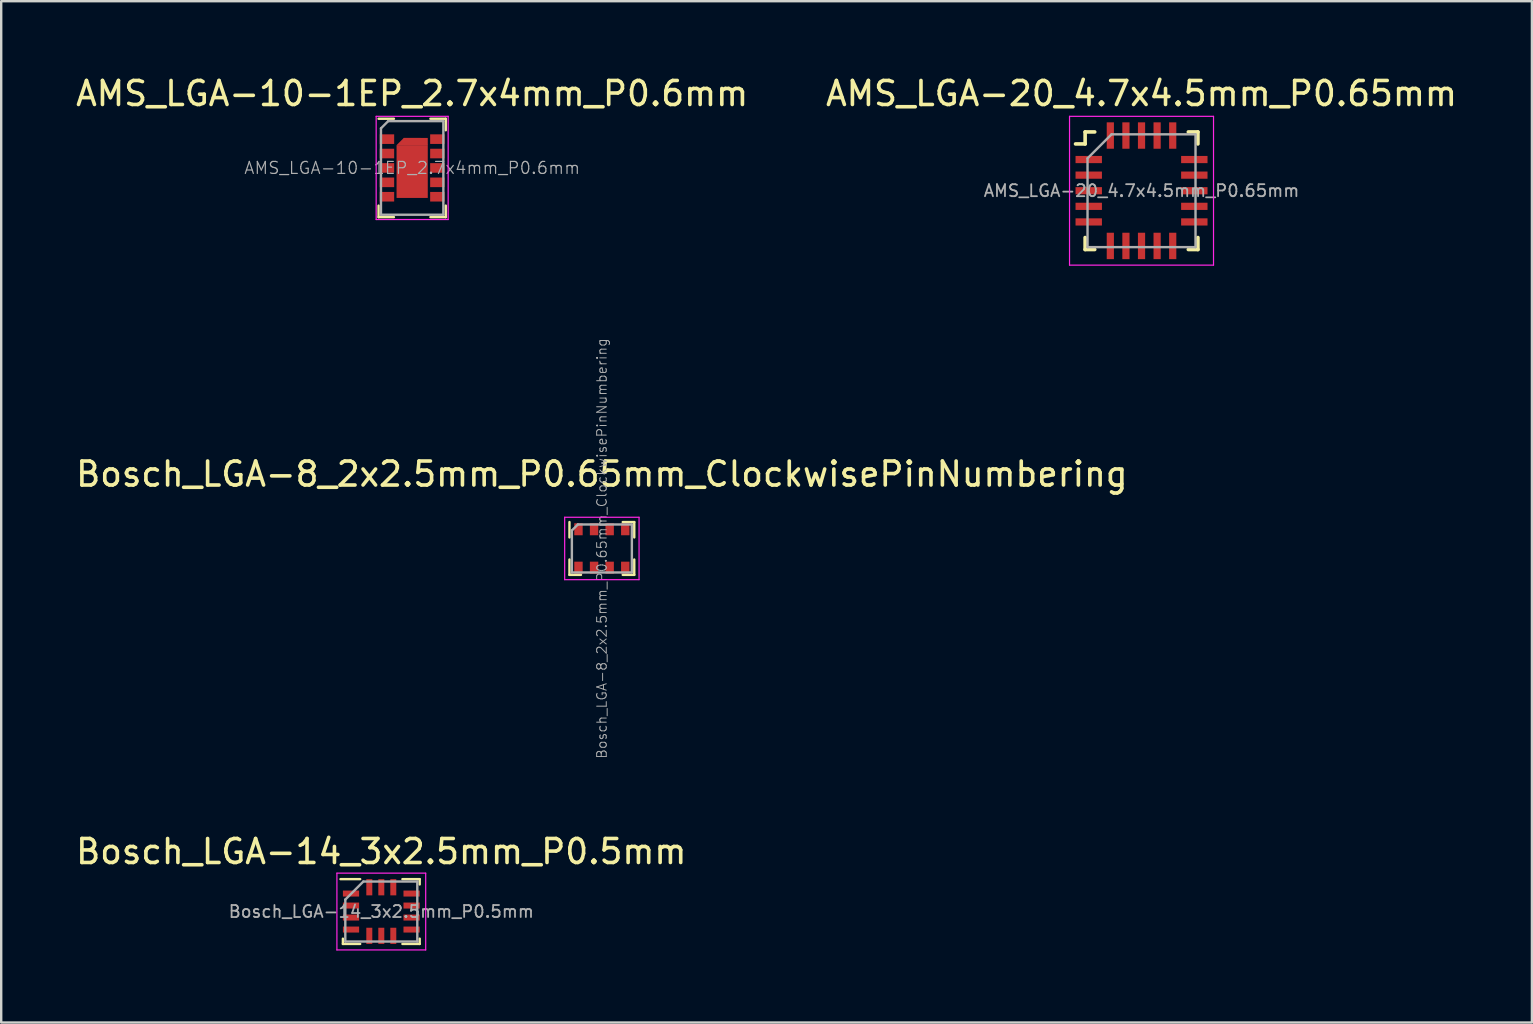
<source format=kicad_pcb>
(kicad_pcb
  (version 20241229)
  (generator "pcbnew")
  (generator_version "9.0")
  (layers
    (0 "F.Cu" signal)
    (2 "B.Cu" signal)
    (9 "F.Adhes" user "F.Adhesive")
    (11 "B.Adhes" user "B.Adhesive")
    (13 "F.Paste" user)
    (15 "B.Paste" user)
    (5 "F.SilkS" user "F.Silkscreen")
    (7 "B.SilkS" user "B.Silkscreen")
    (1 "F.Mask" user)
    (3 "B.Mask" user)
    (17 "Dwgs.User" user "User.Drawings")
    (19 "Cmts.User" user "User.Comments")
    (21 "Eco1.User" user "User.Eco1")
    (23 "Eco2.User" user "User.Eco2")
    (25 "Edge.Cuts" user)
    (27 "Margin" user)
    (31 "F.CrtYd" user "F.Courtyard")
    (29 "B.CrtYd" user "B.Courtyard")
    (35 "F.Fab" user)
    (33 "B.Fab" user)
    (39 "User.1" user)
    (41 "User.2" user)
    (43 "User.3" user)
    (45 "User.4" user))
  (footprint "AMS_LGA-20_4.7x4.5mm_P0.65mm"
    (layer "F.Cu")
    (at 44.518 4.898)
    (property "Reference" "AMS_LGA-20_4.7x4.5mm_P0.65mm" (at 0 -4.05 0) (layer "F.SilkS") (effects (font (size 1 1) (thickness 0.15))))
    (attr smd)
    (fp_line (start -2.75 -1.95) (end -2.35 -1.95) (stroke (width 0.15) (type solid)) (layer "F.SilkS"))
    (fp_line (start -2.35 -2.45) (end -1.95 -2.45) (stroke (width 0.15) (type solid)) (layer "F.SilkS"))
    (fp_line (start -2.35 -1.95) (end -2.35 -2.45) (stroke (width 0.15) (type solid)) (layer "F.SilkS"))
    (fp_line (start -2.35 2.45) (end -2.35 1.95) (stroke (width 0.15) (type solid)) (layer "F.SilkS"))
    (fp_line (start -1.95 2.45) (end -2.35 2.45) (stroke (width 0.15) (type solid)) (layer "F.SilkS"))
    (fp_line (start 1.95 -2.45) (end 2.35 -2.45) (stroke (width 0.15) (type solid)) (layer "F.SilkS"))
    (fp_line (start 1.95 2.45) (end 2.35 2.45) (stroke (width 0.15) (type solid)) (layer "F.SilkS"))
    (fp_line (start 2.35 -2.45) (end 2.35 -1.95) (stroke (width 0.15) (type solid)) (layer "F.SilkS"))
    (fp_line (start 2.35 2.45) (end 2.35 1.95) (stroke (width 0.15) (type solid)) (layer "F.SilkS"))
    (fp_line (start -3 -3.1) (end 3 -3.1) (stroke (width 0.05) (type solid)) (layer "F.CrtYd"))
    (fp_line (start -3 3.1) (end -3 -3.1) (stroke (width 0.05) (type solid)) (layer "F.CrtYd"))
    (fp_line (start 3 -3.1) (end 3 3.1) (stroke (width 0.05) (type solid)) (layer "F.CrtYd"))
    (fp_line (start 3 3.1) (end -3 3.1) (stroke (width 0.05) (type solid)) (layer "F.CrtYd"))
    (fp_line (start -2.25 -1.35) (end -1.25 -2.35) (stroke (width 0.1) (type solid)) (layer "F.Fab"))
    (fp_line (start -2.25 2.35) (end -2.25 -1.35) (stroke (width 0.1) (type solid)) (layer "F.Fab"))
    (fp_line (start -1.25 -2.35) (end 2.25 -2.35) (stroke (width 0.1) (type solid)) (layer "F.Fab"))
    (fp_line (start 2.25 -2.35) (end 2.25 2.35) (stroke (width 0.1) (type solid)) (layer "F.Fab"))
    (fp_line (start 2.25 2.35) (end -2.25 2.35) (stroke (width 0.1) (type solid)) (layer "F.Fab"))
    (fp_text user "${REFERENCE}" (at 0 0 0) (layer "F.Fab") (effects (font (size 0.5 0.5) (thickness 0.075))))
    (pad "1" smd rect (at -2.2 -1.3 90) (size 0.3 1.1) (layers "F.Cu" "F.Mask" "F.Paste"))
    (pad "2" smd rect (at -2.2 -0.65 90) (size 0.3 1.1) (layers "F.Cu" "F.Mask" "F.Paste"))
    (pad "3" smd rect (at -2.2 0 90) (size 0.3 1.1) (layers "F.Cu" "F.Mask" "F.Paste"))
    (pad "4" smd rect (at -2.2 0.65 90) (size 0.3 1.1) (layers "F.Cu" "F.Mask" "F.Paste"))
    (pad "5" smd rect (at -2.2 1.3 90) (size 0.3 1.1) (layers "F.Cu" "F.Mask" "F.Paste"))
    (pad "6" smd rect (at -1.3 2.3) (size 0.3 1.1) (layers "F.Cu" "F.Mask" "F.Paste"))
    (pad "7" smd rect (at -0.65 2.3) (size 0.3 1.1) (layers "F.Cu" "F.Mask" "F.Paste"))
    (pad "8" smd rect (at 0 2.3) (size 0.3 1.1) (layers "F.Cu" "F.Mask" "F.Paste"))
    (pad "9" smd rect (at 0.65 2.3) (size 0.3 1.1) (layers "F.Cu" "F.Mask" "F.Paste"))
    (pad "10" smd rect (at 1.3 2.3) (size 0.3 1.1) (layers "F.Cu" "F.Mask" "F.Paste"))
    (pad "11" smd rect (at 2.2 1.3 90) (size 0.3 1.1) (layers "F.Cu" "F.Mask" "F.Paste"))
    (pad "12" smd rect (at 2.2 0.65 90) (size 0.3 1.1) (layers "F.Cu" "F.Mask" "F.Paste"))
    (pad "13" smd rect (at 2.2 0 90) (size 0.3 1.1) (layers "F.Cu" "F.Mask" "F.Paste"))
    (pad "14" smd rect (at 2.2 -0.65 90) (size 0.3 1.1) (layers "F.Cu" "F.Mask" "F.Paste"))
    (pad "15" smd rect (at 2.2 -1.3 90) (size 0.3 1.1) (layers "F.Cu" "F.Mask" "F.Paste"))
    (pad "16" smd rect (at 1.3 -2.3) (size 0.3 1.1) (layers "F.Cu" "F.Mask" "F.Paste"))
    (pad "17" smd rect (at 0.65 -2.3) (size 0.3 1.1) (layers "F.Cu" "F.Mask" "F.Paste"))
    (pad "18" smd rect (at 0 -2.3) (size 0.3 1.1) (layers "F.Cu" "F.Mask" "F.Paste"))
    (pad "19" smd rect (at -0.65 -2.3) (size 0.3 1.1) (layers "F.Cu" "F.Mask" "F.Paste"))
    (pad "20" smd rect (at -1.3 -2.3) (size 0.3 1.1) (layers "F.Cu" "F.Mask" "F.Paste")))
  (footprint "Bosch_LGA-8_2x2.5mm_P0.65mm_ClockwisePinNumbering"
    (layer "F.Cu")
    (at 22.03 19.805)
    (property "Reference" "Bosch_LGA-8_2x2.5mm_P0.65mm_ClockwisePinNumbering" (at 0 -3.1 0) (layer "F.SilkS") (effects (font (size 1 1) (thickness 0.15))))
    (attr smd)
    (fp_line (start -1.35 -0.46) (end -1.35 -1.1) (stroke (width 0.1) (type solid)) (layer "F.SilkS"))
    (fp_line (start -1.35 1.1) (end -1.35 0.46) (stroke (width 0.1) (type solid)) (layer "F.SilkS"))
    (fp_line (start -1.35 1.1) (end -0.87 1.1) (stroke (width 0.1) (type solid)) (layer "F.SilkS"))
    (fp_line (start 0.87 -1.1) (end 1.35 -1.1) (stroke (width 0.1) (type solid)) (layer "F.SilkS"))
    (fp_line (start 0.87 1.1) (end 1.35 1.1) (stroke (width 0.1) (type solid)) (layer "F.SilkS"))
    (fp_line (start 1.35 -0.46) (end 1.35 -1.1) (stroke (width 0.1) (type solid)) (layer "F.SilkS"))
    (fp_line (start 1.35 1.1) (end 1.35 0.46) (stroke (width 0.1) (type solid)) (layer "F.SilkS"))
    (fp_line (start -1.55 -1.3) (end 1.55 -1.3) (stroke (width 0.05) (type solid)) (layer "F.CrtYd"))
    (fp_line (start -1.55 1.3) (end -1.55 -1.3) (stroke (width 0.05) (type solid)) (layer "F.CrtYd"))
    (fp_line (start 1.55 -1.3) (end 1.55 1.3) (stroke (width 0.05) (type solid)) (layer "F.CrtYd"))
    (fp_line (start 1.55 1.3) (end -1.55 1.3) (stroke (width 0.05) (type solid)) (layer "F.CrtYd"))
    (fp_line (start -1.25 1) (end -1.25 -0.75) (stroke (width 0.1) (type solid)) (layer "F.Fab"))
    (fp_line (start -1.25 1) (end 1.25 1) (stroke (width 0.1) (type solid)) (layer "F.Fab"))
    (fp_line (start -1 -1) (end -1.25 -0.75) (stroke (width 0.1) (type solid)) (layer "F.Fab"))
    (fp_line (start 1.25 -1) (end -1 -1) (stroke (width 0.1) (type solid)) (layer "F.Fab"))
    (fp_line (start 1.25 -1) (end 1.25 1) (stroke (width 0.1) (type solid)) (layer "F.Fab"))
    (fp_text user "${REFERENCE}" (at 0 0 90) (layer "F.Fab") (effects (font (size 0.4 0.4) (thickness 0.04))))
    (pad "1" smd rect (at -0.975 -0.8 90) (size 0.5 0.35) (layers "F.Cu" "F.Mask" "F.Paste"))
    (pad "2" smd rect (at -0.325 -0.8 90) (size 0.5 0.35) (layers "F.Cu" "F.Mask" "F.Paste"))
    (pad "3" smd rect (at 0.325 -0.8 90) (size 0.5 0.35) (layers "F.Cu" "F.Mask" "F.Paste"))
    (pad "4" smd rect (at 0.975 -0.8 90) (size 0.5 0.35) (layers "F.Cu" "F.Mask" "F.Paste"))
    (pad "5" smd rect (at 0.975 0.8 90) (size 0.5 0.35) (layers "F.Cu" "F.Mask" "F.Paste"))
    (pad "6" smd rect (at 0.325 0.8 90) (size 0.5 0.35) (layers "F.Cu" "F.Mask" "F.Paste"))
    (pad "7" smd rect (at -0.325 0.8 90) (size 0.5 0.35) (layers "F.Cu" "F.Mask" "F.Paste"))
    (pad "8" smd rect (at -0.975 0.8 90) (size 0.5 0.35) (layers "F.Cu" "F.Mask" "F.Paste")))
  (footprint "Bosch_LGA-14_3x2.5mm_P0.5mm"
    (layer "F.Cu")
    (at 12.839 34.935)
    (property "Reference" "Bosch_LGA-14_3x2.5mm_P0.5mm" (at 0 -2.5 0) (layer "F.SilkS") (effects (font (size 1 1) (thickness 0.15))))
    (attr smd)
    (fp_line (start -1.7 -1.35) (end -0.88 -1.35) (stroke (width 0.1) (type solid)) (layer "F.SilkS"))
    (fp_line (start -1.6 1.35) (end -1.6 1.13) (stroke (width 0.1) (type solid)) (layer "F.SilkS"))
    (fp_line (start -1.6 1.35) (end -0.88 1.35) (stroke (width 0.1) (type solid)) (layer "F.SilkS"))
    (fp_line (start 0.88 -1.35) (end 1.6 -1.35) (stroke (width 0.1) (type solid)) (layer "F.SilkS"))
    (fp_line (start 1.6 -1.35) (end 1.6 -1.13) (stroke (width 0.1) (type solid)) (layer "F.SilkS"))
    (fp_line (start 1.6 1.13) (end 1.6 1.35) (stroke (width 0.1) (type solid)) (layer "F.SilkS"))
    (fp_line (start 1.6 1.35) (end 0.88 1.35) (stroke (width 0.1) (type solid)) (layer "F.SilkS"))
    (fp_line (start -1.85 -1.6) (end 1.85 -1.6) (stroke (width 0.05) (type solid)) (layer "F.CrtYd"))
    (fp_line (start -1.85 1.6) (end -1.85 -1.6) (stroke (width 0.05) (type solid)) (layer "F.CrtYd"))
    (fp_line (start 1.85 -1.6) (end 1.85 1.6) (stroke (width 0.05) (type solid)) (layer "F.CrtYd"))
    (fp_line (start 1.85 1.6) (end -1.85 1.6) (stroke (width 0.05) (type solid)) (layer "F.CrtYd"))
    (fp_line (start -1.5 1.25) (end -1.5 -0.5) (stroke (width 0.1) (type solid)) (layer "F.Fab"))
    (fp_line (start -0.75 -1.25) (end -1.5 -0.5) (stroke (width 0.1) (type solid)) (layer "F.Fab"))
    (fp_line (start -0.75 -1.25) (end 1.5 -1.25) (stroke (width 0.1) (type solid)) (layer "F.Fab"))
    (fp_line (start 1.5 -1.25) (end 1.5 1.25) (stroke (width 0.1) (type solid)) (layer "F.Fab"))
    (fp_line (start 1.5 1.25) (end -1.5 1.25) (stroke (width 0.1) (type solid)) (layer "F.Fab"))
    (fp_text user "${REFERENCE}" (at 0 0 0) (layer "F.Fab") (effects (font (size 0.5 0.5) (thickness 0.075))))
    (pad "1" smd rect (at -1.262 -0.75) (size 0.675 0.25) (layers "F.Cu" "F.Mask" "F.Paste"))
    (pad "2" smd rect (at -1.262 -0.25) (size 0.675 0.25) (layers "F.Cu" "F.Mask" "F.Paste"))
    (pad "3" smd rect (at -1.262 0.25) (size 0.675 0.25) (layers "F.Cu" "F.Mask" "F.Paste"))
    (pad "4" smd rect (at -1.262 0.75) (size 0.675 0.25) (layers "F.Cu" "F.Mask" "F.Paste"))
    (pad "5" smd rect (at -0.5 1.012) (size 0.25 0.675) (layers "F.Cu" "F.Mask" "F.Paste"))
    (pad "6" smd rect (at 0 1.012) (size 0.25 0.675) (layers "F.Cu" "F.Mask" "F.Paste"))
    (pad "7" smd rect (at 0.5 1.012) (size 0.25 0.675) (layers "F.Cu" "F.Mask" "F.Paste"))
    (pad "8" smd rect (at 1.262 0.75) (size 0.675 0.25) (layers "F.Cu" "F.Mask" "F.Paste"))
    (pad "9" smd rect (at 1.262 0.25) (size 0.675 0.25) (layers "F.Cu" "F.Mask" "F.Paste"))
    (pad "10" smd rect (at 1.262 -0.25) (size 0.675 0.25) (layers "F.Cu" "F.Mask" "F.Paste"))
    (pad "11" smd rect (at 1.262 -0.75) (size 0.675 0.25) (layers "F.Cu" "F.Mask" "F.Paste"))
    (pad "12" smd rect (at 0.5 -1.012) (size 0.25 0.675) (layers "F.Cu" "F.Mask" "F.Paste"))
    (pad "13" smd rect (at 0 -1.012) (size 0.25 0.675) (layers "F.Cu" "F.Mask" "F.Paste"))
    (pad "14" smd rect (at -0.5 -1.012) (size 0.25 0.675) (layers "F.Cu" "F.Mask" "F.Paste")))
  (footprint "AMS_LGA-10-1EP_2.7x4mm_P0.6mm"
    (layer "F.Cu")
    (at 14.125 3.948)
    (property "Reference" "AMS_LGA-10-1EP_2.7x4mm_P0.6mm" (at 0 -3.1 0) (layer "F.SilkS") (effects (font (size 1 1) (thickness 0.15))))
    (attr smd)
    (fp_line (start -1.4 -2.05) (end -0.76 -2.05) (stroke (width 0.1) (type solid)) (layer "F.SilkS"))
    (fp_line (start -1.4 1.57) (end -1.4 2.05) (stroke (width 0.1) (type solid)) (layer "F.SilkS"))
    (fp_line (start -1.4 2.05) (end -0.76 2.05) (stroke (width 0.1) (type solid)) (layer "F.SilkS"))
    (fp_line (start 0.76 -2.05) (end 1.4 -2.05) (stroke (width 0.1) (type solid)) (layer "F.SilkS"))
    (fp_line (start 0.76 2.05) (end 1.4 2.05) (stroke (width 0.1) (type solid)) (layer "F.SilkS"))
    (fp_line (start 1.4 -2.05) (end 1.4 -1.57) (stroke (width 0.1) (type solid)) (layer "F.SilkS"))
    (fp_line (start 1.4 1.57) (end 1.4 2.05) (stroke (width 0.1) (type solid)) (layer "F.SilkS"))
    (fp_line (start -1.5 -2.15) (end 1.5 -2.15) (stroke (width 0.05) (type solid)) (layer "F.CrtYd"))
    (fp_line (start -1.5 2.15) (end -1.5 -2.15) (stroke (width 0.05) (type solid)) (layer "F.CrtYd"))
    (fp_line (start 1.5 -2.15) (end 1.5 2.15) (stroke (width 0.05) (type solid)) (layer "F.CrtYd"))
    (fp_line (start 1.5 2.15) (end -1.5 2.15) (stroke (width 0.05) (type solid)) (layer "F.CrtYd"))
    (fp_line (start -1.3 -1.65) (end -1 -1.95) (stroke (width 0.1) (type solid)) (layer "F.Fab"))
    (fp_line (start -1.3 1.95) (end -1.3 -1.65) (stroke (width 0.1) (type solid)) (layer "F.Fab"))
    (fp_line (start -1 -1.95) (end 1.3 -1.95) (stroke (width 0.1) (type solid)) (layer "F.Fab"))
    (fp_line (start 1.3 -1.95) (end 1.3 1.95) (stroke (width 0.1) (type solid)) (layer "F.Fab"))
    (fp_line (start 1.3 1.95) (end -1.3 1.95) (stroke (width 0.1) (type solid)) (layer "F.Fab"))
    (fp_text user "${REFERENCE}" (at 0 0 0) (layer "F.Fab") (effects (font (size 0.5 0.5) (thickness 0.05))))
    (pad "1" smd rect (at -1.05 -1.2) (size 0.6 0.4) (layers "F.Cu" "F.Mask" "F.Paste"))
    (pad "2" smd rect (at -1.05 -0.6) (size 0.6 0.4) (layers "F.Cu" "F.Mask" "F.Paste"))
    (pad "3" smd rect (at -1.05 0) (size 0.6 0.4) (layers "F.Cu" "F.Mask" "F.Paste"))
    (pad "4" smd rect (at -1.05 0.6) (size 0.6 0.4) (layers "F.Cu" "F.Mask" "F.Paste"))
    (pad "5" smd rect (at -1.05 1.2) (size 0.6 0.4) (layers "F.Cu" "F.Mask" "F.Paste"))
    (pad "6" smd rect (at 1.05 1.2) (size 0.6 0.4) (layers "F.Cu" "F.Mask" "F.Paste"))
    (pad "7" smd rect (at 1.05 0.6) (size 0.6 0.4) (layers "F.Cu" "F.Mask" "F.Paste"))
    (pad "8" smd rect (at 1.05 0) (size 0.6 0.4) (layers "F.Cu" "F.Mask" "F.Paste"))
    (pad "9" smd rect (at 1.05 -0.6) (size 0.6 0.4) (layers "F.Cu" "F.Mask" "F.Paste"))
    (pad "10" smd rect (at 1.05 -1.2) (size 0.6 0.4) (layers "F.Cu" "F.Mask" "F.Paste"))
    (pad "11" smd trapezoid (at 0 -1.1) (size 1 0.3) (rect_delta 0 0.3) (layers "F.Cu" "F.Mask" "F.Paste"))
    (pad "11" smd rect (at 0 0.15) (size 1.3 2.2) (layers "F.Cu" "F.Mask" "F.Paste"))
    (pad "11" smd rect (at 0.15 -1.1) (size 1 0.3) (layers "F.Cu" "F.Mask" "F.Paste")))
  (gr_rect
    (start -3 -3)
    (end 60.786 39.56)
    (stroke (width 0.1) (type default))
    (fill no)
    (layer "Edge.Cuts")))
</source>
